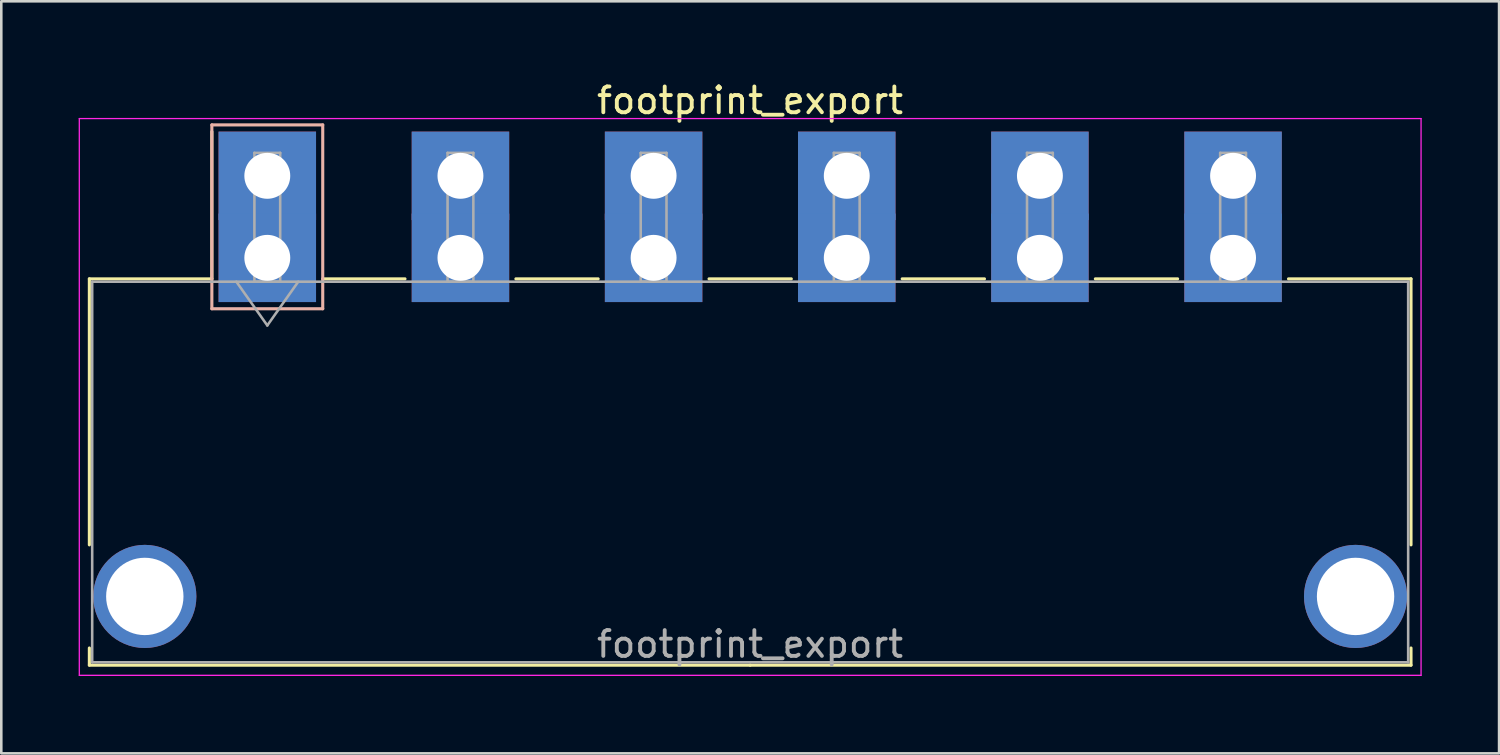
<source format=kicad_pcb>
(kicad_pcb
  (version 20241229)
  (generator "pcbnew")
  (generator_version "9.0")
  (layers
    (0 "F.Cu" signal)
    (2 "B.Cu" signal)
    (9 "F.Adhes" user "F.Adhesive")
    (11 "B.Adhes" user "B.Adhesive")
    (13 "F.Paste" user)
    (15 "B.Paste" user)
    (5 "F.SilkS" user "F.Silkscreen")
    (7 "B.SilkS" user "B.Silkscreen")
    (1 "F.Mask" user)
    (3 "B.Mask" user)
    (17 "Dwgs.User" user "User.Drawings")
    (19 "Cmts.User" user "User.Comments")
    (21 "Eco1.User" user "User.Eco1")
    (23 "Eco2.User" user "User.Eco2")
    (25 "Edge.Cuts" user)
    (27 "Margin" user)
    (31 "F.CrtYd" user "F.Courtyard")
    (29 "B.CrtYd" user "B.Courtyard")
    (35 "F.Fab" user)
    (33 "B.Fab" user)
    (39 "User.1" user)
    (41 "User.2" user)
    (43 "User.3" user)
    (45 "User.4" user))
  (footprint "footprint_export"
    (layer "F.Cu")
    (at 7.315 6.948)
    (property "Reference" "footprint_export" (at 18.72 -6.1 0) (layer "F.SilkS") (effects (font (size 1 1) (thickness 0.15))))
    (attr through_hole)
    (fp_line (start -6.9 0.815) (end -6.9 11.13) (stroke (width 0.12) (type solid)) (layer "F.SilkS"))
    (fp_line (start -6.9 15.13) (end -6.9 15.795) (stroke (width 0.12) (type solid)) (layer "F.SilkS"))
    (fp_line (start -6.9 15.795) (end 18.725 15.795) (stroke (width 0.12) (type solid)) (layer "F.SilkS"))
    (fp_line (start -2.15 0.815) (end -6.9 0.815) (stroke (width 0.12) (type solid)) (layer "F.SilkS"))
    (fp_line (start -2.15 0.815) (end -2.15 -4.895) (stroke (width 0.12) (type solid)) (layer "F.SilkS"))
    (fp_line (start 2.15 0.815) (end 5.34 0.815) (stroke (width 0.12) (type solid)) (layer "F.SilkS"))
    (fp_line (start 9.64 0.815) (end 12.83 0.815) (stroke (width 0.12) (type solid)) (layer "F.SilkS"))
    (fp_line (start 17.13 0.815) (end 20.32 0.815) (stroke (width 0.12) (type solid)) (layer "F.SilkS"))
    (fp_line (start 24.62 0.815) (end 27.81 0.815) (stroke (width 0.12) (type solid)) (layer "F.SilkS"))
    (fp_line (start 32.11 0.815) (end 35.3 0.815) (stroke (width 0.12) (type solid)) (layer "F.SilkS"))
    (fp_line (start 39.6 0.815) (end 44.35 0.815) (stroke (width 0.12) (type solid)) (layer "F.SilkS"))
    (fp_line (start 44.35 0.815) (end 44.35 11.13) (stroke (width 0.12) (type solid)) (layer "F.SilkS"))
    (fp_line (start 44.35 15.13) (end 44.35 15.795) (stroke (width 0.12) (type solid)) (layer "F.SilkS"))
    (fp_line (start 44.35 15.795) (end 18.725 15.795) (stroke (width 0.12) (type solid)) (layer "F.SilkS"))
    (fp_line (start -2.15 -5.155) (end -2.15 1.975) (stroke (width 0.12) (type solid)) (layer "B.SilkS"))
    (fp_line (start -2.15 1.975) (end 2.15 1.975) (stroke (width 0.12) (type solid)) (layer "B.SilkS"))
    (fp_line (start 2.15 -5.155) (end -2.15 -5.155) (stroke (width 0.12) (type solid)) (layer "B.SilkS"))
    (fp_line (start 2.15 1.975) (end 2.15 -5.155) (stroke (width 0.12) (type solid)) (layer "B.SilkS"))
    (fp_line (start -7.29 -5.4) (end -7.29 16.19) (stroke (width 0.05) (type solid)) (layer "F.CrtYd"))
    (fp_line (start -7.29 16.19) (end 44.74 16.19) (stroke (width 0.05) (type solid)) (layer "F.CrtYd"))
    (fp_line (start 44.74 -5.4) (end -7.29 -5.4) (stroke (width 0.05) (type solid)) (layer "F.CrtYd"))
    (fp_line (start 44.74 16.19) (end 44.74 -5.4) (stroke (width 0.05) (type solid)) (layer "F.CrtYd"))
    (fp_line (start -6.79 0.925) (end -6.79 15.685) (stroke (width 0.1) (type solid)) (layer "F.Fab"))
    (fp_line (start -6.79 15.685) (end 44.24 15.685) (stroke (width 0.1) (type solid)) (layer "F.Fab"))
    (fp_line (start -1.2 0.925) (end 0 2.622) (stroke (width 0.1) (type solid)) (layer "F.Fab"))
    (fp_line (start -0.5 -4.07) (end 0.5 -4.07) (stroke (width 0.1) (type solid)) (layer "F.Fab"))
    (fp_line (start -0.5 0.925) (end -0.5 -4.07) (stroke (width 0.1) (type solid)) (layer "F.Fab"))
    (fp_line (start 0 2.622) (end 1.2 0.925) (stroke (width 0.1) (type solid)) (layer "F.Fab"))
    (fp_line (start 0.5 -4.07) (end 0.5 0.925) (stroke (width 0.1) (type solid)) (layer "F.Fab"))
    (fp_line (start 0.5 0.925) (end -0.5 0.925) (stroke (width 0.1) (type solid)) (layer "F.Fab"))
    (fp_line (start 6.99 -4.07) (end 7.99 -4.07) (stroke (width 0.1) (type solid)) (layer "F.Fab"))
    (fp_line (start 6.99 0.925) (end 6.99 -4.07) (stroke (width 0.1) (type solid)) (layer "F.Fab"))
    (fp_line (start 7.99 -4.07) (end 7.99 0.925) (stroke (width 0.1) (type solid)) (layer "F.Fab"))
    (fp_line (start 7.99 0.925) (end 6.99 0.925) (stroke (width 0.1) (type solid)) (layer "F.Fab"))
    (fp_line (start 14.48 -4.07) (end 15.48 -4.07) (stroke (width 0.1) (type solid)) (layer "F.Fab"))
    (fp_line (start 14.48 0.925) (end 14.48 -4.07) (stroke (width 0.1) (type solid)) (layer "F.Fab"))
    (fp_line (start 15.48 -4.07) (end 15.48 0.925) (stroke (width 0.1) (type solid)) (layer "F.Fab"))
    (fp_line (start 15.48 0.925) (end 14.48 0.925) (stroke (width 0.1) (type solid)) (layer "F.Fab"))
    (fp_line (start 21.97 -4.07) (end 22.97 -4.07) (stroke (width 0.1) (type solid)) (layer "F.Fab"))
    (fp_line (start 21.97 0.925) (end 21.97 -4.07) (stroke (width 0.1) (type solid)) (layer "F.Fab"))
    (fp_line (start 22.97 -4.07) (end 22.97 0.925) (stroke (width 0.1) (type solid)) (layer "F.Fab"))
    (fp_line (start 22.97 0.925) (end 21.97 0.925) (stroke (width 0.1) (type solid)) (layer "F.Fab"))
    (fp_line (start 29.46 -4.07) (end 30.46 -4.07) (stroke (width 0.1) (type solid)) (layer "F.Fab"))
    (fp_line (start 29.46 0.925) (end 29.46 -4.07) (stroke (width 0.1) (type solid)) (layer "F.Fab"))
    (fp_line (start 30.46 -4.07) (end 30.46 0.925) (stroke (width 0.1) (type solid)) (layer "F.Fab"))
    (fp_line (start 30.46 0.925) (end 29.46 0.925) (stroke (width 0.1) (type solid)) (layer "F.Fab"))
    (fp_line (start 36.95 -4.07) (end 37.95 -4.07) (stroke (width 0.1) (type solid)) (layer "F.Fab"))
    (fp_line (start 36.95 0.925) (end 36.95 -4.07) (stroke (width 0.1) (type solid)) (layer "F.Fab"))
    (fp_line (start 37.95 -4.07) (end 37.95 0.925) (stroke (width 0.1) (type solid)) (layer "F.Fab"))
    (fp_line (start 37.95 0.925) (end 36.95 0.925) (stroke (width 0.1) (type solid)) (layer "F.Fab"))
    (fp_line (start 44.24 0.925) (end -6.79 0.925) (stroke (width 0.1) (type solid)) (layer "F.Fab"))
    (fp_line (start 44.24 15.685) (end 44.24 0.925) (stroke (width 0.1) (type solid)) (layer "F.Fab"))
    (fp_text user "${REFERENCE}" (at 18.72 14.98 0) (layer "F.Fab") (effects (font (size 1 1) (thickness 0.15))))
    (pad "" thru_hole circle (at -4.75 13.13) (size 4 4) (drill 3) (layers "*.Cu" "*.Mask"))
    (pad "" thru_hole circle (at 42.2 13.13) (size 4 4) (drill 3) (layers "*.Cu" "*.Mask"))
    (pad "1" thru_hole rect (at 0 -3.18) (size 3.78 3.43) (drill 1.78) (layers "*.Cu" "*.Mask"))
    (pad "1" thru_hole rect (at 0 0) (size 3.78 3.43) (drill 1.78) (layers "*.Cu" "*.Mask"))
    (pad "2" thru_hole rect (at 7.49 -3.18) (size 3.78 3.43) (drill 1.78) (layers "*.Cu" "*.Mask"))
    (pad "2" thru_hole rect (at 7.49 0) (size 3.78 3.43) (drill 1.78) (layers "*.Cu" "*.Mask"))
    (pad "3" thru_hole rect (at 14.98 -3.18) (size 3.78 3.43) (drill 1.78) (layers "*.Cu" "*.Mask"))
    (pad "3" thru_hole rect (at 14.98 0) (size 3.78 3.43) (drill 1.78) (layers "*.Cu" "*.Mask"))
    (pad "4" thru_hole rect (at 22.47 -3.18) (size 3.78 3.43) (drill 1.78) (layers "*.Cu" "*.Mask"))
    (pad "4" thru_hole rect (at 22.47 0) (size 3.78 3.43) (drill 1.78) (layers "*.Cu" "*.Mask"))
    (pad "5" thru_hole rect (at 29.96 -3.18) (size 3.78 3.43) (drill 1.78) (layers "*.Cu" "*.Mask"))
    (pad "5" thru_hole rect (at 29.96 0) (size 3.78 3.43) (drill 1.78) (layers "*.Cu" "*.Mask"))
    (pad "6" thru_hole rect (at 37.45 -3.18) (size 3.78 3.43) (drill 1.78) (layers "*.Cu" "*.Mask"))
    (pad "6" thru_hole rect (at 37.45 0) (size 3.78 3.43) (drill 1.78) (layers "*.Cu" "*.Mask")))
  (gr_rect
    (start -3 -3)
    (end 55.08 26.163)
    (stroke (width 0.1) (type default))
    (fill no)
    (layer "Edge.Cuts")))
</source>
